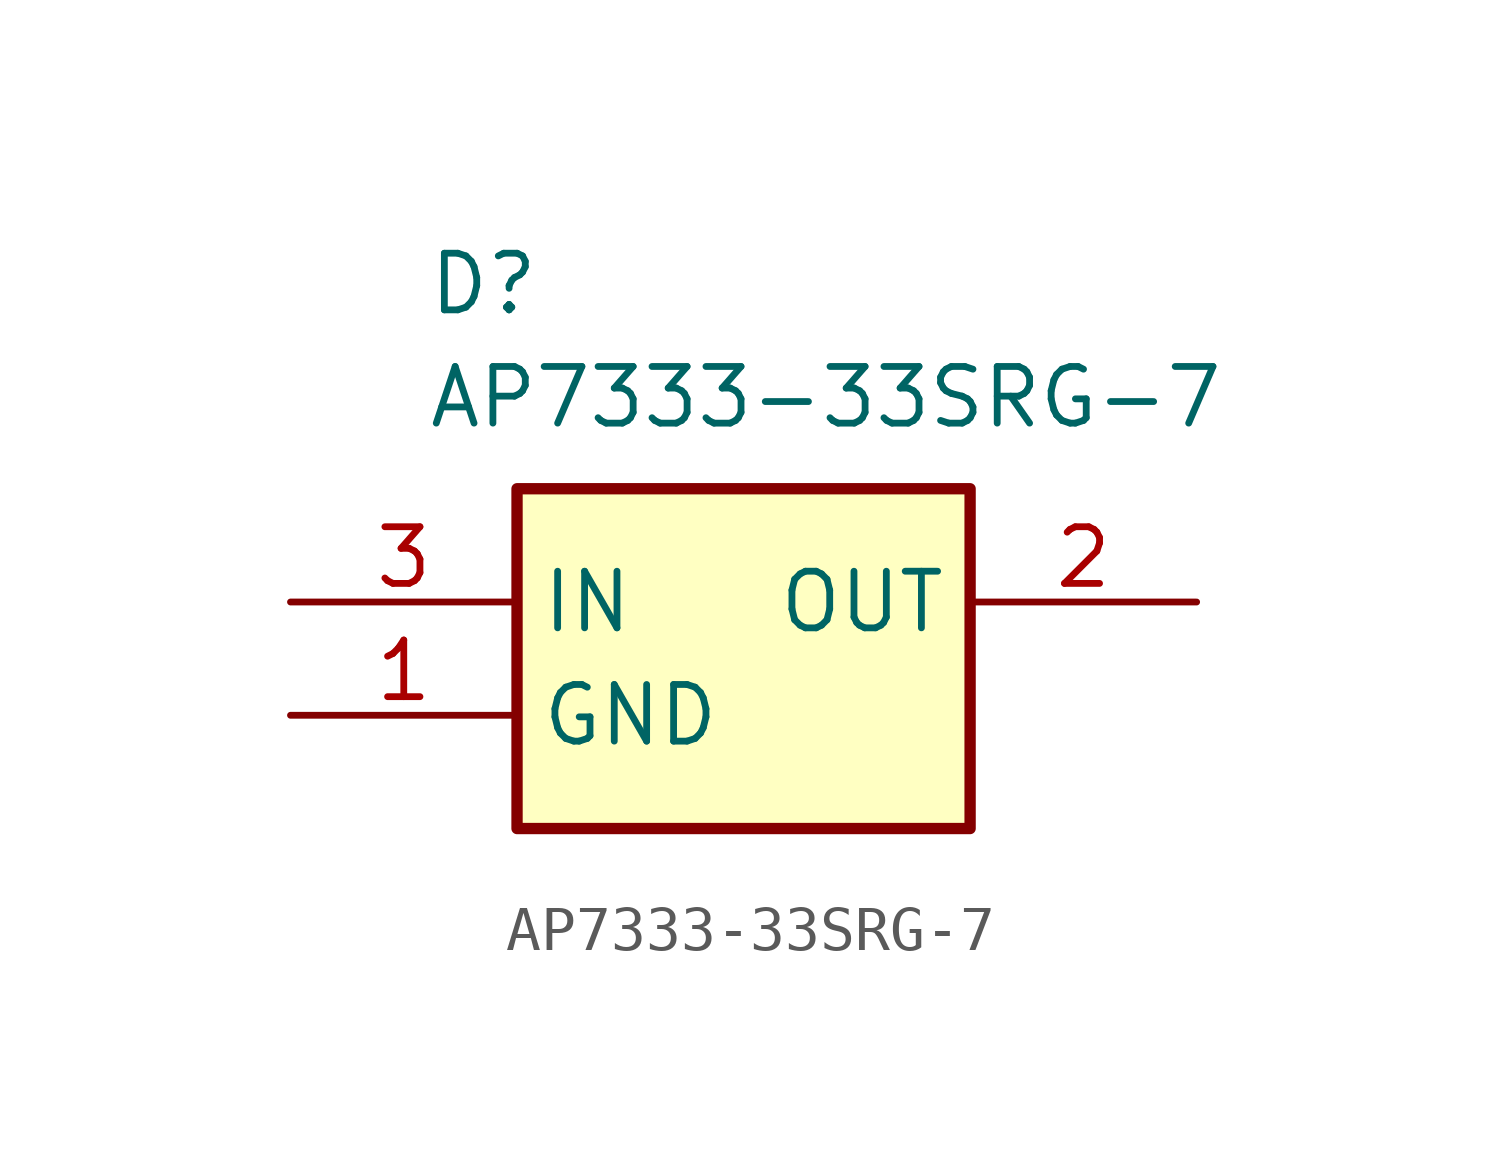
<source format=kicad_sym>
(kicad_symbol_lib
  (version 20231120)
  (generator "kicad_symbol_editor")
  (generator_version "8.0")
  (symbol "AP7333-33SRG-7"
    (property "Reference" "D"
      (at -7.112 9.144 0)
      (effects (font (size 1.27 1.27)) (justify left top)))
    (property "Value" "AP7333-33SRG-7"
      (at -7.112 6.604 0)
      (effects (font (size 1.27 1.27)) (justify left top)))
    (symbol "AP7333-33SRG-7_1_1"
      (rectangle (start -5.08 3.81) (end 5.08 -3.81) (stroke (width 0.254) (type default)) (fill (type background)))
      (pin passive line (at -10.16 -1.27 0) (length 5.08) (name "GND" (effects (font (size 1.27 1.27)))) (number "1" (effects (font (size 1.27 1.27)))))
      (pin passive line (at 10.16 1.27 180) (length 5.08) (name "OUT" (effects (font (size 1.27 1.27)))) (number "2" (effects (font (size 1.27 1.27)))))
      (pin passive line (at -10.16 1.27 0) (length 5.08) (name "IN" (effects (font (size 1.27 1.27)))) (number "3" (effects (font (size 1.27 1.27))))))))
</source>
